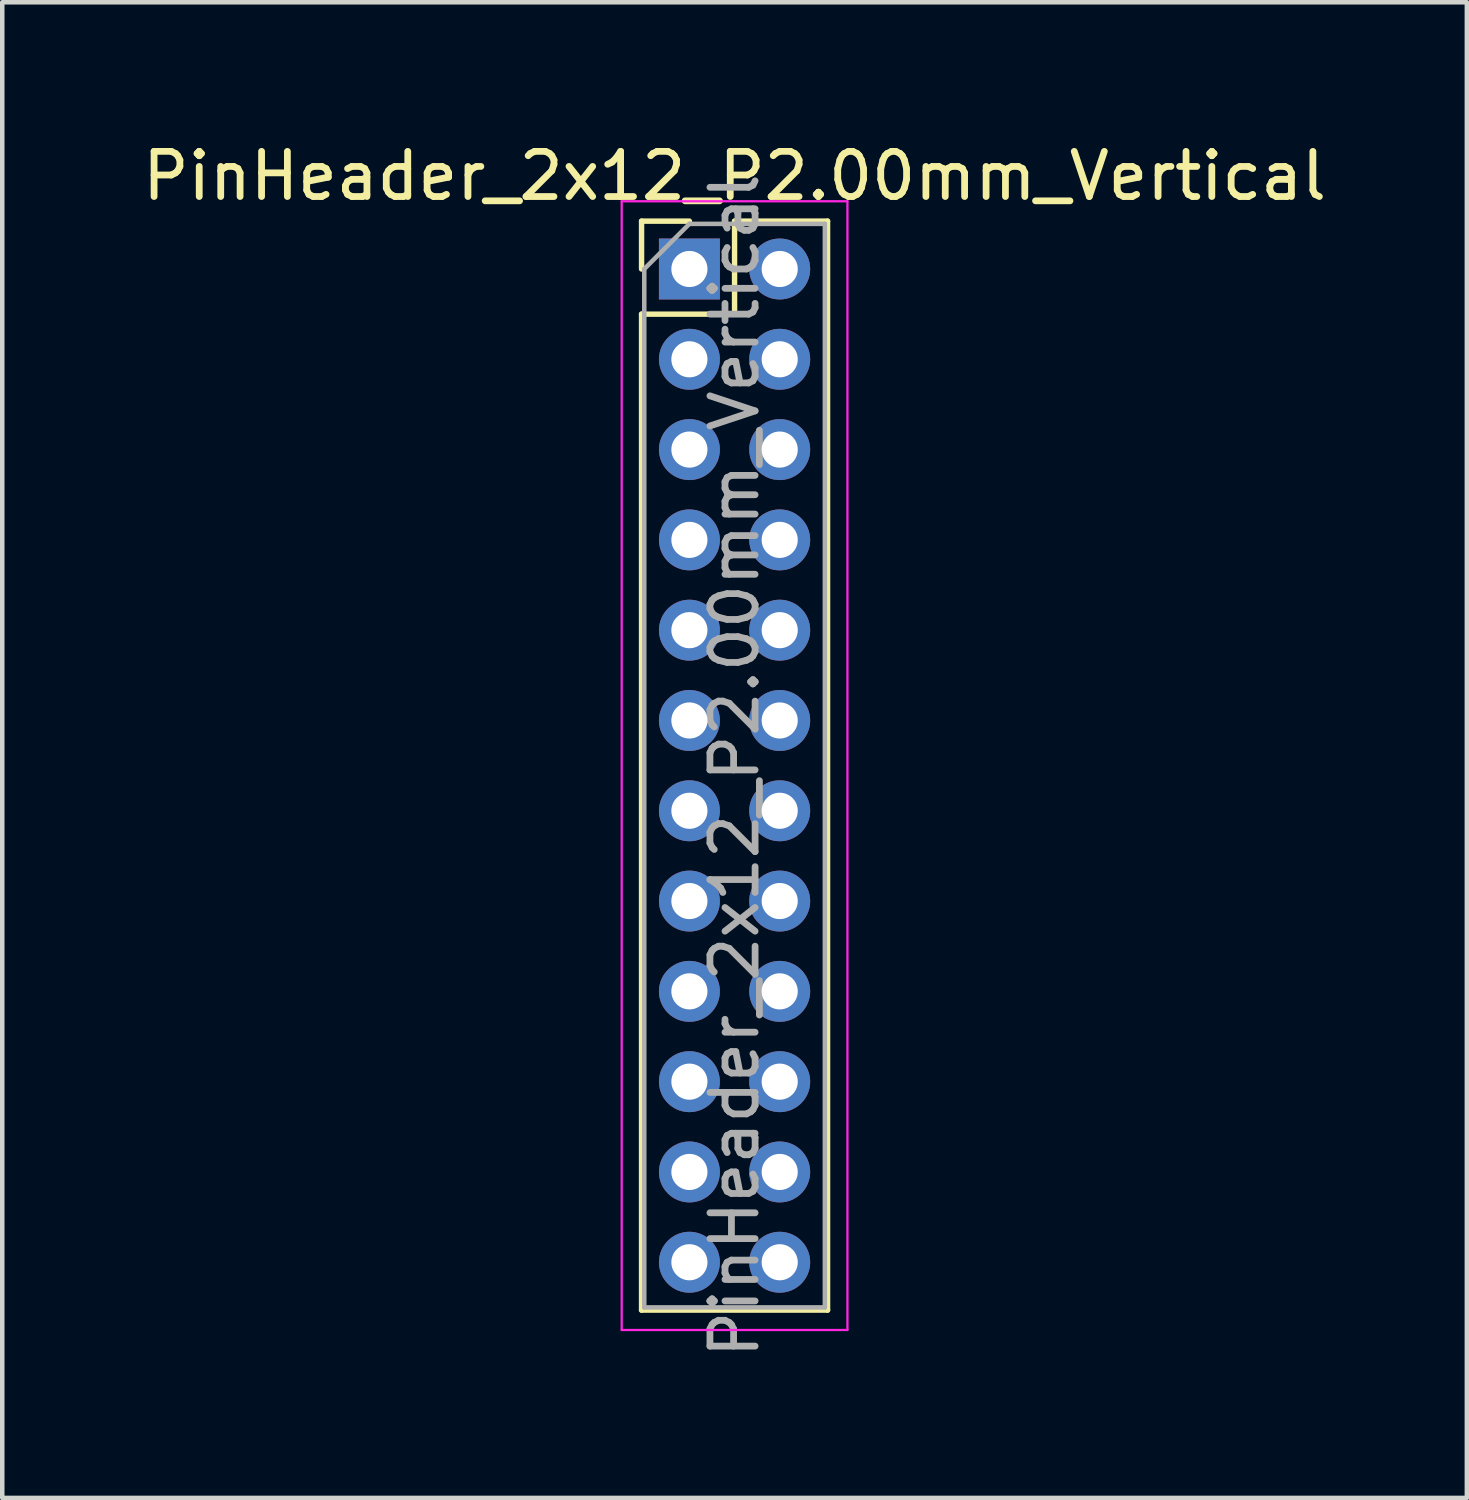
<source format=kicad_pcb>
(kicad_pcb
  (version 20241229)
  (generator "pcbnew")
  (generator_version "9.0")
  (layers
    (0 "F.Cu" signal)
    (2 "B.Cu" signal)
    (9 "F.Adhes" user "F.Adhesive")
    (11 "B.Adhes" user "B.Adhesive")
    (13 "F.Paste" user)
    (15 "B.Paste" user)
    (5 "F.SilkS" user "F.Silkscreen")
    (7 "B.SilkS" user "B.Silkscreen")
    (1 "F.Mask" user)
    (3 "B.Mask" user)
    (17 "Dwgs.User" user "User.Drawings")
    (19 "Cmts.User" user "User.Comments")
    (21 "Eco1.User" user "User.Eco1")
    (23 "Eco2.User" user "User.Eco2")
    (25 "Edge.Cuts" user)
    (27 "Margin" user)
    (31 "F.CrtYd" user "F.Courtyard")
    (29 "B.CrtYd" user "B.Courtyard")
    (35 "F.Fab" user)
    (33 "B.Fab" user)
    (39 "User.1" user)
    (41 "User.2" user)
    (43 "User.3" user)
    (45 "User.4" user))
  (footprint "PinHeader_2x12_P2.00mm_Vertical"
    (layer "F.Cu")
    (at 12.22 2.908)
    (property "Reference" "PinHeader_2x12_P2.00mm_Vertical" (at 1 -2.06 0) (layer "F.SilkS") (effects (font (size 1 1) (thickness 0.15))))
    (attr through_hole)
    (fp_line (start -1.06 -1.06) (end 0 -1.06) (stroke (width 0.12) (type solid)) (layer "F.SilkS"))
    (fp_line (start -1.06 0) (end -1.06 -1.06) (stroke (width 0.12) (type solid)) (layer "F.SilkS"))
    (fp_line (start -1.06 1) (end -1.06 23.06) (stroke (width 0.12) (type solid)) (layer "F.SilkS"))
    (fp_line (start -1.06 1) (end 1 1) (stroke (width 0.12) (type solid)) (layer "F.SilkS"))
    (fp_line (start -1.06 23.06) (end 3.06 23.06) (stroke (width 0.12) (type solid)) (layer "F.SilkS"))
    (fp_line (start 1 -1.06) (end 3.06 -1.06) (stroke (width 0.12) (type solid)) (layer "F.SilkS"))
    (fp_line (start 1 1) (end 1 -1.06) (stroke (width 0.12) (type solid)) (layer "F.SilkS"))
    (fp_line (start 3.06 -1.06) (end 3.06 23.06) (stroke (width 0.12) (type solid)) (layer "F.SilkS"))
    (fp_line (start -1.5 -1.5) (end -1.5 23.5) (stroke (width 0.05) (type solid)) (layer "F.CrtYd"))
    (fp_line (start -1.5 23.5) (end 3.5 23.5) (stroke (width 0.05) (type solid)) (layer "F.CrtYd"))
    (fp_line (start 3.5 -1.5) (end -1.5 -1.5) (stroke (width 0.05) (type solid)) (layer "F.CrtYd"))
    (fp_line (start 3.5 23.5) (end 3.5 -1.5) (stroke (width 0.05) (type solid)) (layer "F.CrtYd"))
    (fp_line (start -1 0) (end 0 -1) (stroke (width 0.1) (type solid)) (layer "F.Fab"))
    (fp_line (start -1 23) (end -1 0) (stroke (width 0.1) (type solid)) (layer "F.Fab"))
    (fp_line (start 0 -1) (end 3 -1) (stroke (width 0.1) (type solid)) (layer "F.Fab"))
    (fp_line (start 3 -1) (end 3 23) (stroke (width 0.1) (type solid)) (layer "F.Fab"))
    (fp_line (start 3 23) (end -1 23) (stroke (width 0.1) (type solid)) (layer "F.Fab"))
    (fp_text user "${REFERENCE}" (at 1 11 90) (layer "F.Fab") (effects (font (size 1 1) (thickness 0.15))))
    (pad "1" thru_hole rect (at 0 0) (size 1.35 1.35) (drill 0.8) (layers "*.Cu" "*.Mask"))
    (pad "2" thru_hole oval (at 2 0) (size 1.35 1.35) (drill 0.8) (layers "*.Cu" "*.Mask"))
    (pad "3" thru_hole oval (at 0 2) (size 1.35 1.35) (drill 0.8) (layers "*.Cu" "*.Mask"))
    (pad "4" thru_hole oval (at 2 2) (size 1.35 1.35) (drill 0.8) (layers "*.Cu" "*.Mask"))
    (pad "5" thru_hole oval (at 0 4) (size 1.35 1.35) (drill 0.8) (layers "*.Cu" "*.Mask"))
    (pad "6" thru_hole oval (at 2 4) (size 1.35 1.35) (drill 0.8) (layers "*.Cu" "*.Mask"))
    (pad "7" thru_hole oval (at 0 6) (size 1.35 1.35) (drill 0.8) (layers "*.Cu" "*.Mask"))
    (pad "8" thru_hole oval (at 2 6) (size 1.35 1.35) (drill 0.8) (layers "*.Cu" "*.Mask"))
    (pad "9" thru_hole oval (at 0 8) (size 1.35 1.35) (drill 0.8) (layers "*.Cu" "*.Mask"))
    (pad "10" thru_hole oval (at 2 8) (size 1.35 1.35) (drill 0.8) (layers "*.Cu" "*.Mask"))
    (pad "11" thru_hole oval (at 0 10) (size 1.35 1.35) (drill 0.8) (layers "*.Cu" "*.Mask"))
    (pad "12" thru_hole oval (at 2 10) (size 1.35 1.35) (drill 0.8) (layers "*.Cu" "*.Mask"))
    (pad "13" thru_hole oval (at 0 12) (size 1.35 1.35) (drill 0.8) (layers "*.Cu" "*.Mask"))
    (pad "14" thru_hole oval (at 2 12) (size 1.35 1.35) (drill 0.8) (layers "*.Cu" "*.Mask"))
    (pad "15" thru_hole oval (at 0 14) (size 1.35 1.35) (drill 0.8) (layers "*.Cu" "*.Mask"))
    (pad "16" thru_hole oval (at 2 14) (size 1.35 1.35) (drill 0.8) (layers "*.Cu" "*.Mask"))
    (pad "17" thru_hole oval (at 0 16) (size 1.35 1.35) (drill 0.8) (layers "*.Cu" "*.Mask"))
    (pad "18" thru_hole oval (at 2 16) (size 1.35 1.35) (drill 0.8) (layers "*.Cu" "*.Mask"))
    (pad "19" thru_hole oval (at 0 18) (size 1.35 1.35) (drill 0.8) (layers "*.Cu" "*.Mask"))
    (pad "20" thru_hole oval (at 2 18) (size 1.35 1.35) (drill 0.8) (layers "*.Cu" "*.Mask"))
    (pad "21" thru_hole oval (at 0 20) (size 1.35 1.35) (drill 0.8) (layers "*.Cu" "*.Mask"))
    (pad "22" thru_hole oval (at 2 20) (size 1.35 1.35) (drill 0.8) (layers "*.Cu" "*.Mask"))
    (pad "23" thru_hole oval (at 0 22) (size 1.35 1.35) (drill 0.8) (layers "*.Cu" "*.Mask"))
    (pad "24" thru_hole oval (at 2 22) (size 1.35 1.35) (drill 0.8) (layers "*.Cu" "*.Mask")))
  (gr_rect
    (start -3 -3)
    (end 29.44 30.128)
    (stroke (width 0.1) (type default))
    (fill no)
    (layer "Edge.Cuts")))
</source>
